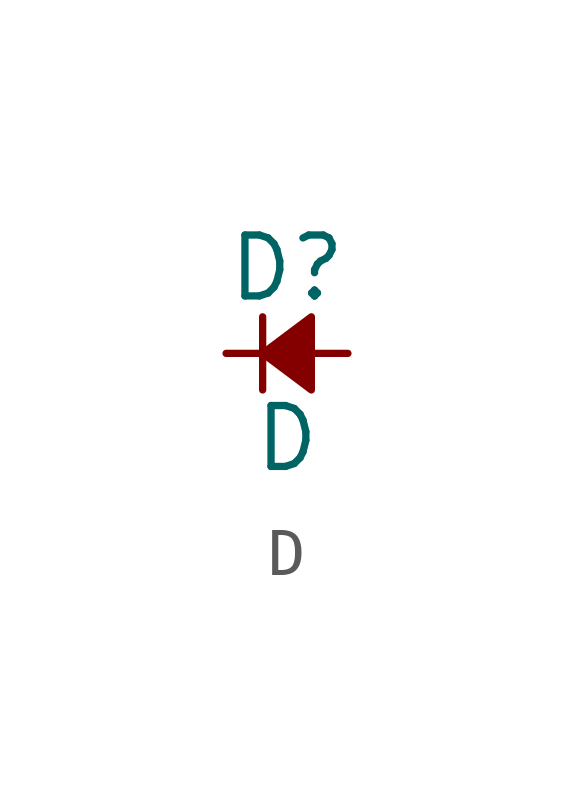
<source format=kicad_sym>
(kicad_symbol_lib
  (version 20211014)
  (generator kicad_symbol_editor)
  (symbol "D"
    (pin_numbers hide)
    (pin_names
      (offset 1.016) hide)
    (property "Reference" "D"
      (at 1.27 1.778 0)
      (effects (font (size 1.27 1.27))))
    (property "Value" "D"
      (at 1.27 -1.778 0)
      (effects (font (size 1.27 1.27))))
    (symbol "D_0_1"
      (polyline (pts (xy 0.762 0.762) (xy 0.762 -0.762)) (stroke (width 0) (type default) (color 0 0 0 0)) (fill (type none)))
      (polyline (pts (xy 1.778 0.762) (xy 0.762 0) (xy 1.778 -0.762) (xy 1.778 0.762)) (stroke (width 0) (type default) (color 0 0 0 0)) (fill (type outline))))
    (symbol "D_1_1"
      (pin passive line (at 0 0 0) (length 0.762) (name "~" (effects (font (size 1.27 1.27)))) (number "1" (effects (font (size 1.27 1.27)))))
      (pin passive line (at 2.54 0 180) (length 0.762) (name "~" (effects (font (size 1.27 1.27)))) (number "2" (effects (font (size 1.27 1.27))))))))
</source>
